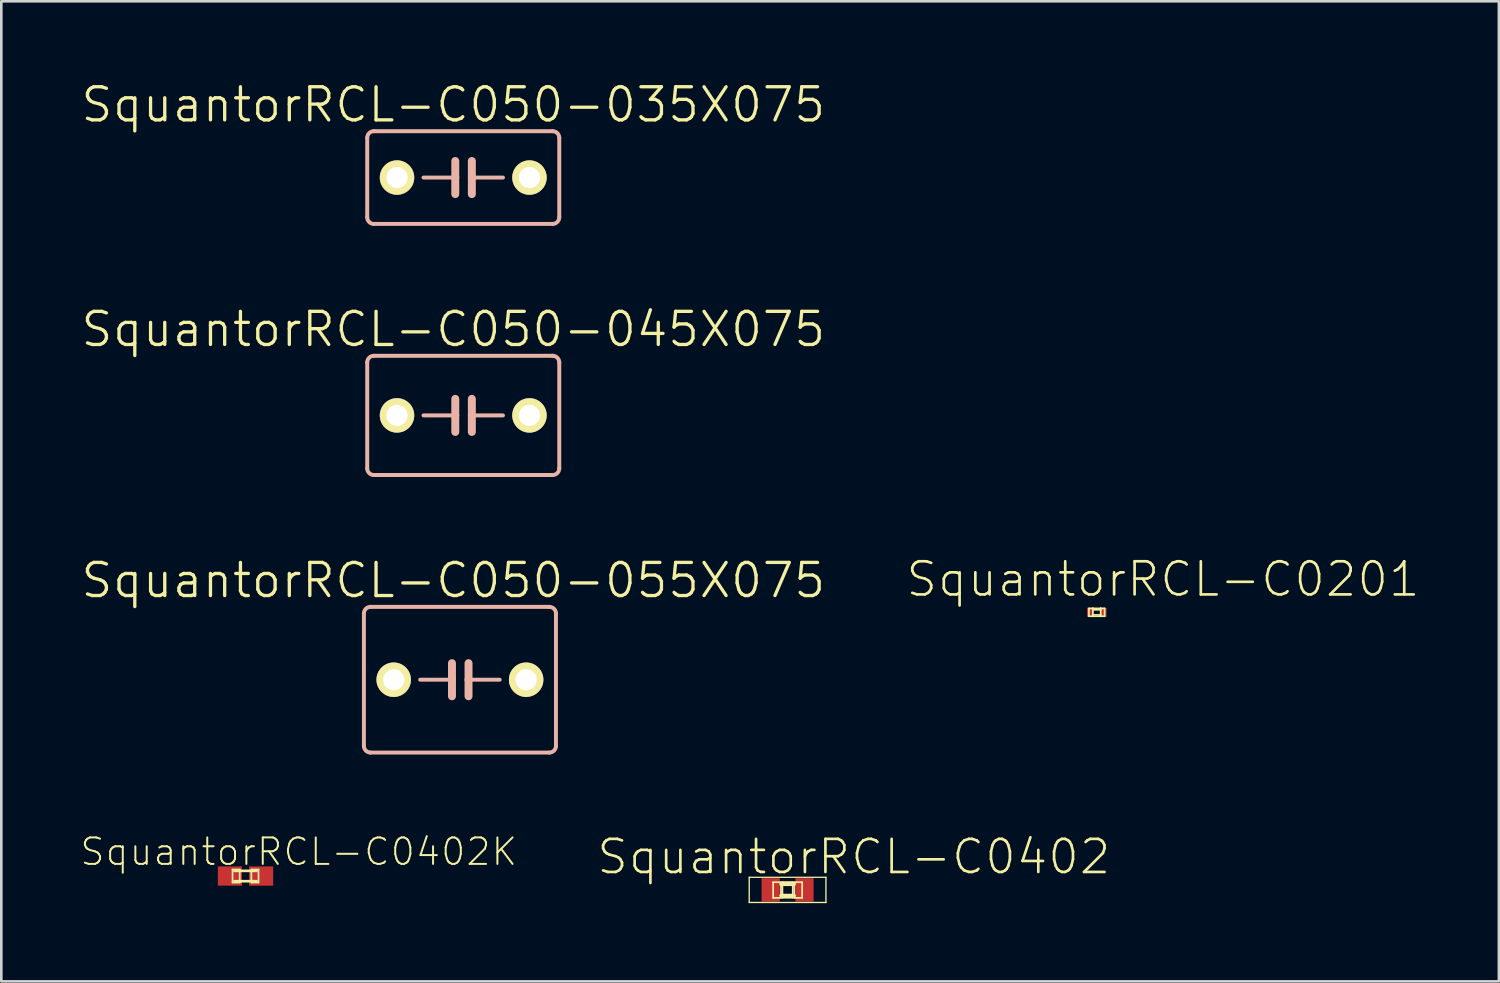
<source format=kicad_pcb>
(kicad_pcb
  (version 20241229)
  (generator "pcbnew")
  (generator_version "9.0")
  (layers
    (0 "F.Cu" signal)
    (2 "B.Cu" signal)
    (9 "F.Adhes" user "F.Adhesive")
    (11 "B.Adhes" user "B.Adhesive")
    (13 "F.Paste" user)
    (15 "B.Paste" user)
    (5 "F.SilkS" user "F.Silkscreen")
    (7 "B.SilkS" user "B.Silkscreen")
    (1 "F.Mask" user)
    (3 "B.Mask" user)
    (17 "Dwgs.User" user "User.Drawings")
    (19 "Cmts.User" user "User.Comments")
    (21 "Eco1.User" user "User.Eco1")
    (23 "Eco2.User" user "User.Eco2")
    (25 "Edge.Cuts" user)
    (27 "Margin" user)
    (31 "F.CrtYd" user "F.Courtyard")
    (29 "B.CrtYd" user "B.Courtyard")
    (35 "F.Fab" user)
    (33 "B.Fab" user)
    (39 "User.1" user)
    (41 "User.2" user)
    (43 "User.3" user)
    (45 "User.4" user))
  (footprint "SquantorRCL-C050-035X075"
    (layer "F.Cu")
    (at 14.717 3.76)
    (property "Reference" "SquantorRCL-C050-035X075" (at -0.381 -2.794 0) (layer "F.SilkS") (effects (font (size 1.27 1.27) (thickness 0.127))))
    (attr exclude_from_pos_files exclude_from_bom)
    (fp_line (start -3.683 -1.524) (end -3.683 1.524) (stroke (width 0.152) (type solid)) (layer "B.SilkS"))
    (fp_line (start -3.429 1.778) (end 3.429 1.778) (stroke (width 0.152) (type solid)) (layer "B.SilkS"))
    (fp_line (start -0.305 -0.635) (end -0.305 0) (stroke (width 0.305) (type solid)) (layer "B.SilkS"))
    (fp_line (start -0.305 0) (end -1.524 0) (stroke (width 0.152) (type solid)) (layer "B.SilkS"))
    (fp_line (start -0.305 0) (end -0.305 0.635) (stroke (width 0.305) (type solid)) (layer "B.SilkS"))
    (fp_line (start 0.33 -0.635) (end 0.33 0) (stroke (width 0.305) (type solid)) (layer "B.SilkS"))
    (fp_line (start 0.33 0) (end 0.33 0.635) (stroke (width 0.305) (type solid)) (layer "B.SilkS"))
    (fp_line (start 0.33 0) (end 1.524 0) (stroke (width 0.152) (type solid)) (layer "B.SilkS"))
    (fp_line (start 3.429 -1.778) (end -3.429 -1.778) (stroke (width 0.152) (type solid)) (layer "B.SilkS"))
    (fp_line (start 3.683 1.524) (end 3.683 -1.524) (stroke (width 0.152) (type solid)) (layer "B.SilkS"))
    (fp_arc (start -3.683 -1.524) (mid -3.608605 -1.703605) (end -3.429 -1.778) (stroke (width 0.1524) (type solid)) (layer "B.SilkS"))
    (fp_arc (start -3.429 1.778) (mid -3.608605 1.703605) (end -3.683 1.524) (stroke (width 0.1524) (type solid)) (layer "B.SilkS"))
    (fp_arc (start 3.429 -1.778) (mid 3.608605 -1.703605) (end 3.683 -1.524) (stroke (width 0.1524) (type solid)) (layer "B.SilkS"))
    (fp_arc (start 3.683 1.524) (mid 3.608605 1.703605) (end 3.429 1.778) (stroke (width 0.1524) (type solid)) (layer "B.SilkS"))
    (pad "1" thru_hole circle (at -2.54 0) (size 1.321 1.321) (drill 0.813) (layers "*.Cu" "F.Mask" "F.SilkS" "F.Paste"))
    (pad "2" thru_hole circle (at 2.54 0) (size 1.321 1.321) (drill 0.813) (layers "*.Cu" "F.Mask" "F.SilkS" "F.Paste")))
  (footprint "SquantorRCL-C0402K"
    (layer "F.Cu")
    (at 6.367 30.55)
    (property "Reference" "SquantorRCL-C0402K" (at 2.04 -0.932 0) (layer "F.SilkS") (effects (font (size 1.016 1.016) (thickness 0.076))))
    (attr smd)
    (fp_line (start -0.498 -0.249) (end -0.224 -0.249) (stroke (width 0.066) (type solid)) (layer "F.SilkS"))
    (fp_line (start -0.498 0.249) (end -0.498 -0.249) (stroke (width 0.066) (type solid)) (layer "F.SilkS"))
    (fp_line (start -0.498 0.249) (end -0.224 0.249) (stroke (width 0.066) (type solid)) (layer "F.SilkS"))
    (fp_line (start -0.424 -0.198) (end 0.424 -0.198) (stroke (width 0.102) (type solid)) (layer "F.SilkS"))
    (fp_line (start -0.224 0.249) (end -0.224 -0.249) (stroke (width 0.066) (type solid)) (layer "F.SilkS"))
    (fp_line (start 0.224 -0.249) (end 0.498 -0.249) (stroke (width 0.066) (type solid)) (layer "F.SilkS"))
    (fp_line (start 0.224 0.249) (end 0.224 -0.249) (stroke (width 0.066) (type solid)) (layer "F.SilkS"))
    (fp_line (start 0.224 0.249) (end 0.498 0.249) (stroke (width 0.066) (type solid)) (layer "F.SilkS"))
    (fp_line (start 0.424 0.198) (end -0.424 0.198) (stroke (width 0.102) (type solid)) (layer "F.SilkS"))
    (fp_line (start 0.498 0.249) (end 0.498 -0.249) (stroke (width 0.066) (type solid)) (layer "F.SilkS"))
    (pad "1" smd rect (at -0.599 0) (size 0.925 0.739) (layers "F.Cu" "F.Mask" "F.Paste"))
    (pad "2" smd rect (at 0.599 0) (size 0.925 0.739) (layers "F.Cu" "F.Mask" "F.Paste")))
  (footprint "SquantorRCL-C0402"
    (layer "F.Cu")
    (at 27.157 31.081)
    (property "Reference" "SquantorRCL-C0402" (at 2.54 -1.27 0) (layer "F.SilkS") (effects (font (size 1.27 1.27) (thickness 0.102))))
    (attr smd)
    (fp_line (start -1.471 -0.483) (end 1.471 -0.483) (stroke (width 0.051) (type solid)) (layer "F.SilkS"))
    (fp_line (start -1.471 0.483) (end -1.471 -0.483) (stroke (width 0.051) (type solid)) (layer "F.SilkS"))
    (fp_line (start -0.554 -0.295) (end -0.254 -0.295) (stroke (width 0.066) (type solid)) (layer "F.SilkS"))
    (fp_line (start -0.554 0.305) (end -0.554 -0.295) (stroke (width 0.066) (type solid)) (layer "F.SilkS"))
    (fp_line (start -0.554 0.305) (end -0.254 0.305) (stroke (width 0.066) (type solid)) (layer "F.SilkS"))
    (fp_line (start -0.254 0.305) (end -0.254 -0.295) (stroke (width 0.066) (type solid)) (layer "F.SilkS"))
    (fp_line (start -0.244 -0.224) (end 0.244 -0.224) (stroke (width 0.152) (type solid)) (layer "F.SilkS"))
    (fp_line (start -0.198 -0.3) (end 0.198 -0.3) (stroke (width 0.066) (type solid)) (layer "F.SilkS"))
    (fp_line (start -0.198 0.3) (end -0.198 -0.3) (stroke (width 0.066) (type solid)) (layer "F.SilkS"))
    (fp_line (start -0.198 0.3) (end 0.198 0.3) (stroke (width 0.066) (type solid)) (layer "F.SilkS"))
    (fp_line (start 0.198 0.3) (end 0.198 -0.3) (stroke (width 0.066) (type solid)) (layer "F.SilkS"))
    (fp_line (start 0.244 0.224) (end -0.244 0.224) (stroke (width 0.152) (type solid)) (layer "F.SilkS"))
    (fp_line (start 0.257 -0.295) (end 0.559 -0.295) (stroke (width 0.066) (type solid)) (layer "F.SilkS"))
    (fp_line (start 0.257 0.305) (end 0.257 -0.295) (stroke (width 0.066) (type solid)) (layer "F.SilkS"))
    (fp_line (start 0.257 0.305) (end 0.559 0.305) (stroke (width 0.066) (type solid)) (layer "F.SilkS"))
    (fp_line (start 0.559 0.305) (end 0.559 -0.295) (stroke (width 0.066) (type solid)) (layer "F.SilkS"))
    (fp_line (start 1.471 -0.483) (end 1.471 0.483) (stroke (width 0.051) (type solid)) (layer "F.SilkS"))
    (fp_line (start 1.471 0.483) (end -1.471 0.483) (stroke (width 0.051) (type solid)) (layer "F.SilkS"))
    (pad "1" smd rect (at -0.648 0) (size 0.699 0.899) (layers "F.Cu" "F.Mask" "F.Paste"))
    (pad "2" smd rect (at 0.648 0) (size 0.699 0.899) (layers "F.Cu" "F.Mask" "F.Paste")))
  (footprint "SquantorRCL-C050-055X075"
    (layer "F.Cu")
    (at 14.59 23.02)
    (property "Reference" "SquantorRCL-C050-055X075" (at -0.254 -3.81 0) (layer "F.SilkS") (effects (font (size 1.27 1.27) (thickness 0.127))))
    (attr exclude_from_pos_files exclude_from_bom)
    (fp_line (start -3.683 -2.54) (end -3.683 2.54) (stroke (width 0.152) (type solid)) (layer "B.SilkS"))
    (fp_line (start -3.429 2.794) (end 3.429 2.794) (stroke (width 0.152) (type solid)) (layer "B.SilkS"))
    (fp_line (start -0.305 -0.635) (end -0.305 0) (stroke (width 0.305) (type solid)) (layer "B.SilkS"))
    (fp_line (start -0.305 0) (end -1.524 0) (stroke (width 0.152) (type solid)) (layer "B.SilkS"))
    (fp_line (start -0.305 0) (end -0.305 0.635) (stroke (width 0.305) (type solid)) (layer "B.SilkS"))
    (fp_line (start 0.33 -0.635) (end 0.33 0) (stroke (width 0.305) (type solid)) (layer "B.SilkS"))
    (fp_line (start 0.33 0) (end 0.33 0.635) (stroke (width 0.305) (type solid)) (layer "B.SilkS"))
    (fp_line (start 0.33 0) (end 1.524 0) (stroke (width 0.152) (type solid)) (layer "B.SilkS"))
    (fp_line (start 3.429 -2.794) (end -3.429 -2.794) (stroke (width 0.152) (type solid)) (layer "B.SilkS"))
    (fp_line (start 3.683 2.54) (end 3.683 -2.54) (stroke (width 0.152) (type solid)) (layer "B.SilkS"))
    (fp_arc (start -3.683 -2.54) (mid -3.608605 -2.719605) (end -3.429 -2.794) (stroke (width 0.1524) (type solid)) (layer "B.SilkS"))
    (fp_arc (start -3.429 2.794) (mid -3.608605 2.719605) (end -3.683 2.54) (stroke (width 0.1524) (type solid)) (layer "B.SilkS"))
    (fp_arc (start 3.429 -2.794) (mid 3.608605 -2.719605) (end 3.683 -2.54) (stroke (width 0.1524) (type solid)) (layer "B.SilkS"))
    (fp_arc (start 3.683 2.54) (mid 3.608605 2.719605) (end 3.429 2.794) (stroke (width 0.1524) (type solid)) (layer "B.SilkS"))
    (pad "1" thru_hole circle (at -2.54 0) (size 1.321 1.321) (drill 0.813) (layers "*.Cu" "F.Mask" "F.SilkS" "F.Paste"))
    (pad "2" thru_hole circle (at 2.54 0) (size 1.321 1.321) (drill 0.813) (layers "*.Cu" "F.Mask" "F.SilkS" "F.Paste")))
  (footprint "SquantorRCL-C0201"
    (layer "F.Cu")
    (at 39.015 20.435)
    (property "Reference" "SquantorRCL-C0201" (at 2.54 -1.27 0) (layer "F.SilkS") (effects (font (size 1.27 1.27) (thickness 0.102))))
    (attr smd)
    (fp_line (start -0.3 -0.15) (end -0.15 -0.15) (stroke (width 0.066) (type solid)) (layer "F.SilkS"))
    (fp_line (start -0.3 0.15) (end -0.3 -0.15) (stroke (width 0.066) (type solid)) (layer "F.SilkS"))
    (fp_line (start -0.3 0.15) (end -0.15 0.15) (stroke (width 0.066) (type solid)) (layer "F.SilkS"))
    (fp_line (start -0.15 -0.15) (end 0.15 -0.15) (stroke (width 0.066) (type solid)) (layer "F.SilkS"))
    (fp_line (start -0.15 -0.099) (end -0.15 -0.15) (stroke (width 0.066) (type solid)) (layer "F.SilkS"))
    (fp_line (start -0.15 -0.099) (end 0.15 -0.099) (stroke (width 0.066) (type solid)) (layer "F.SilkS"))
    (fp_line (start -0.15 0.099) (end 0.15 0.099) (stroke (width 0.066) (type solid)) (layer "F.SilkS"))
    (fp_line (start -0.15 0.15) (end -0.15 -0.15) (stroke (width 0.066) (type solid)) (layer "F.SilkS"))
    (fp_line (start -0.15 0.15) (end -0.15 0.099) (stroke (width 0.066) (type solid)) (layer "F.SilkS"))
    (fp_line (start -0.15 0.15) (end 0.15 0.15) (stroke (width 0.066) (type solid)) (layer "F.SilkS"))
    (fp_line (start 0.15 -0.15) (end 0.3 -0.15) (stroke (width 0.066) (type solid)) (layer "F.SilkS"))
    (fp_line (start 0.15 -0.099) (end 0.15 -0.15) (stroke (width 0.066) (type solid)) (layer "F.SilkS"))
    (fp_line (start 0.15 0.15) (end 0.15 -0.15) (stroke (width 0.066) (type solid)) (layer "F.SilkS"))
    (fp_line (start 0.15 0.15) (end 0.15 0.099) (stroke (width 0.066) (type solid)) (layer "F.SilkS"))
    (fp_line (start 0.15 0.15) (end 0.3 0.15) (stroke (width 0.066) (type solid)) (layer "F.SilkS"))
    (fp_line (start 0.3 0.15) (end 0.3 -0.15) (stroke (width 0.066) (type solid)) (layer "F.SilkS"))
    (pad "1" smd rect (at -0.249 0) (size 0.249 0.348) (layers "F.Cu" "F.Mask" "F.Paste"))
    (pad "2" smd rect (at 0.249 0) (size 0.249 0.348) (layers "F.Cu" "F.Mask" "F.Paste")))
  (footprint "SquantorRCL-C050-045X075"
    (layer "F.Cu")
    (at 14.717 12.882)
    (property "Reference" "SquantorRCL-C050-045X075" (at -0.381 -3.302 0) (layer "F.SilkS") (effects (font (size 1.27 1.27) (thickness 0.127))))
    (attr exclude_from_pos_files exclude_from_bom)
    (fp_line (start -3.683 -2.032) (end -3.683 2.032) (stroke (width 0.152) (type solid)) (layer "B.SilkS"))
    (fp_line (start -3.429 2.286) (end 3.429 2.286) (stroke (width 0.152) (type solid)) (layer "B.SilkS"))
    (fp_line (start -0.305 -0.635) (end -0.305 0) (stroke (width 0.305) (type solid)) (layer "B.SilkS"))
    (fp_line (start -0.305 0) (end -1.524 0) (stroke (width 0.152) (type solid)) (layer "B.SilkS"))
    (fp_line (start -0.305 0) (end -0.305 0.635) (stroke (width 0.305) (type solid)) (layer "B.SilkS"))
    (fp_line (start 0.33 -0.635) (end 0.33 0) (stroke (width 0.305) (type solid)) (layer "B.SilkS"))
    (fp_line (start 0.33 0) (end 0.33 0.635) (stroke (width 0.305) (type solid)) (layer "B.SilkS"))
    (fp_line (start 0.33 0) (end 1.524 0) (stroke (width 0.152) (type solid)) (layer "B.SilkS"))
    (fp_line (start 3.429 -2.286) (end -3.429 -2.286) (stroke (width 0.152) (type solid)) (layer "B.SilkS"))
    (fp_line (start 3.683 2.032) (end 3.683 -2.032) (stroke (width 0.152) (type solid)) (layer "B.SilkS"))
    (fp_arc (start -3.683 -2.032) (mid -3.608605 -2.211605) (end -3.429 -2.286) (stroke (width 0.1524) (type solid)) (layer "B.SilkS"))
    (fp_arc (start -3.429 2.286) (mid -3.608605 2.211605) (end -3.683 2.032) (stroke (width 0.1524) (type solid)) (layer "B.SilkS"))
    (fp_arc (start 3.429 -2.286) (mid 3.608605 -2.211605) (end 3.683 -2.032) (stroke (width 0.1524) (type solid)) (layer "B.SilkS"))
    (fp_arc (start 3.683 2.032) (mid 3.608605 2.211605) (end 3.429 2.286) (stroke (width 0.1524) (type solid)) (layer "B.SilkS"))
    (pad "1" thru_hole circle (at -2.54 0) (size 1.321 1.321) (drill 0.813) (layers "*.Cu" "F.Mask" "F.SilkS" "F.Paste"))
    (pad "2" thru_hole circle (at 2.54 0) (size 1.321 1.321) (drill 0.813) (layers "*.Cu" "F.Mask" "F.SilkS" "F.Paste")))
  (gr_rect
    (start -3 -3)
    (end 54.438 34.589)
    (stroke (width 0.1) (type default))
    (fill no)
    (layer "Edge.Cuts")))
</source>
